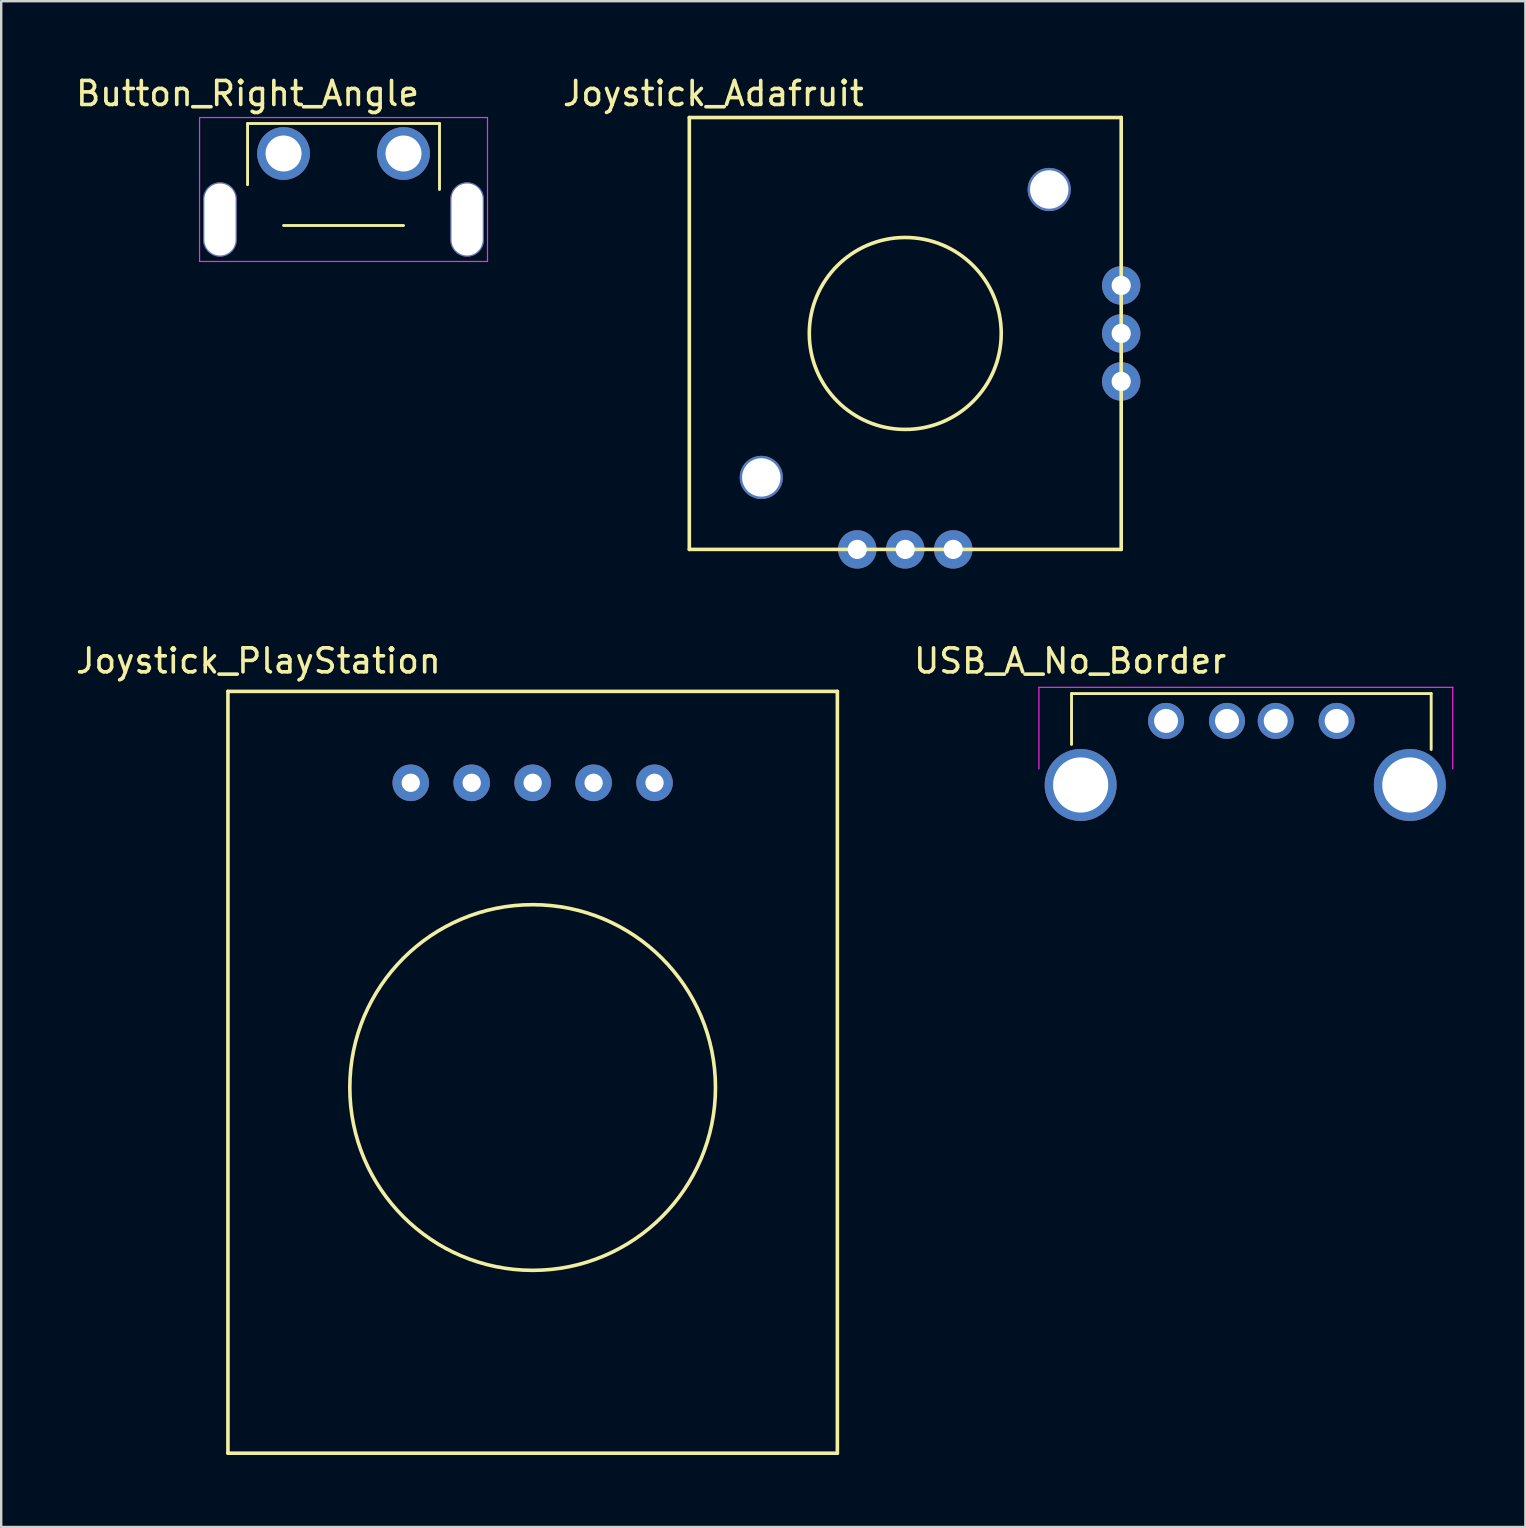
<source format=kicad_pcb>
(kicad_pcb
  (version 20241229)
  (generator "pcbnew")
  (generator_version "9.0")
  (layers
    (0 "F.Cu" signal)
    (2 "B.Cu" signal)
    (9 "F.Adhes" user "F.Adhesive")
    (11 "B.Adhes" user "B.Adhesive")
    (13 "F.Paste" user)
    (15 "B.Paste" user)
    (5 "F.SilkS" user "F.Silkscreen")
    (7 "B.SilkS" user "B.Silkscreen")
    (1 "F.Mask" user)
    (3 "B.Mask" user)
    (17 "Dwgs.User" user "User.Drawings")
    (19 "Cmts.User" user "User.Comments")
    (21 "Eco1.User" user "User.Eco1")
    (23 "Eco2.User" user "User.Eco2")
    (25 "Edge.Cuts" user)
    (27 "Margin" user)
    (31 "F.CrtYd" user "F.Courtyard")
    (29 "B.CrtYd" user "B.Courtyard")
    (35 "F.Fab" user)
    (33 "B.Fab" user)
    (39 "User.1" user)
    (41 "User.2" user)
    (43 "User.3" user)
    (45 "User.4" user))
  (footprint "Button_Right_Angle"
    (layer "F.Cu")
    (at 8.768 3.348)
    (property "Reference" "Button_Right_Angle" (at -1.5 -2.5 0) (layer "F.SilkS") (effects (font (size 1 1) (thickness 0.15))))
    (attr through_hole)
    (fp_line (start -1.5 -1.25) (end -1.5 1.3) (stroke (width 0.12) (type solid)) (layer "F.SilkS"))
    (fp_line (start -1.5 -1.25) (end 6.5 -1.25) (stroke (width 0.12) (type solid)) (layer "F.SilkS"))
    (fp_line (start 0 3) (end 5 3) (stroke (width 0.12) (type solid)) (layer "F.SilkS"))
    (fp_line (start 6.5 -1.25) (end 6.5 1.5) (stroke (width 0.12) (type solid)) (layer "F.SilkS"))
    (fp_line (start -3.5 -1.5) (end 8.5 -1.5) (stroke (width 0.05) (type solid)) (layer "F.CrtYd"))
    (fp_line (start -3.5 4.5) (end -3.5 -1.5) (stroke (width 0.05) (type solid)) (layer "F.CrtYd"))
    (fp_line (start 8.5 -1.5) (end 8.5 4.5) (stroke (width 0.05) (type solid)) (layer "F.CrtYd"))
    (fp_line (start 8.5 4.5) (end -3.5 4.5) (stroke (width 0.05) (type solid)) (layer "F.CrtYd"))
    (pad "" thru_hole oval (at -2.65 2.75) (size 1.4 3.1) (drill oval 1.3 3) (layers "*.Cu" "*.Mask"))
    (pad "" thru_hole oval (at 7.65 2.75) (size 1.4 3.1) (drill oval 1.3 3) (layers "*.Cu" "*.Mask"))
    (pad "1" thru_hole circle (at 0 0) (size 2.2 2.2) (drill 1.5) (layers "*.Cu" "*.Mask"))
    (pad "2" thru_hole circle (at 5 0) (size 2.2 2.2) (drill 1.5) (layers "*.Cu" "*.Mask")))
  (footprint "Joystick_Adafruit"
    (layer "F.Cu")
    (at 34.68 10.848)
    (property "Reference" "Joystick_Adafruit" (at -8 -10 0) (layer "F.SilkS") (effects (font (size 1 1) (thickness 0.15))))
    (attr through_hole)
    (fp_line (start -9 -9) (end -9 9) (stroke (width 0.15) (type solid)) (layer "F.SilkS"))
    (fp_line (start -9 -9) (end 9 -9) (stroke (width 0.15) (type solid)) (layer "F.SilkS"))
    (fp_line (start -9 9) (end 9 9) (stroke (width 0.15) (type solid)) (layer "F.SilkS"))
    (fp_line (start 9 -9) (end 9 9) (stroke (width 0.15) (type solid)) (layer "F.SilkS"))
    (fp_circle (center 0 0) (end 4 0) (stroke (width 0.15) (type solid)) (fill no) (layer "F.SilkS"))
    (pad "0" thru_hole circle (at -6 6) (size 1.8 1.8) (drill 1.6) (layers "*.Cu" "*.Mask"))
    (pad "0" thru_hole circle (at 6 -6) (size 1.8 1.8) (drill 1.6) (layers "*.Cu" "*.Mask"))
    (pad "1" thru_hole circle (at -2 9) (size 1.6 1.6) (drill 0.8) (layers "*.Cu" "*.Mask"))
    (pad "2" thru_hole circle (at 0 9) (size 1.6 1.6) (drill 0.8) (layers "*.Cu" "*.Mask"))
    (pad "3" thru_hole circle (at 2 9) (size 1.6 1.6) (drill 0.8) (layers "*.Cu" "*.Mask"))
    (pad "4" thru_hole circle (at 9 2) (size 1.6 1.6) (drill 0.8) (layers "*.Cu" "*.Mask"))
    (pad "5" thru_hole circle (at 9 0) (size 1.6 1.6) (drill 0.8) (layers "*.Cu" "*.Mask"))
    (pad "6" thru_hole circle (at 9 -2) (size 1.6 1.6) (drill 0.8) (layers "*.Cu" "*.Mask")))
  (footprint "USB_A_No_Border"
    (layer "F.Cu")
    (at 45.55 26.997)
    (property "Reference" "USB_A_No_Border" (at -4 -2.5 0) (layer "F.SilkS") (effects (font (size 1 1) (thickness 0.15))))
    (attr through_hole)
    (fp_line (start -3.94 -1.14) (end -3.94 0.98) (stroke (width 0.12) (type solid)) (layer "F.SilkS"))
    (fp_line (start 11.05 -1.14) (end -3.94 -1.14) (stroke (width 0.12) (type solid)) (layer "F.SilkS"))
    (fp_line (start 11.05 -1.14) (end 11.05 1.19) (stroke (width 0.12) (type solid)) (layer "F.SilkS"))
    (fp_line (start -5.3 -1.4) (end 11.95 -1.4) (stroke (width 0.05) (type solid)) (layer "F.CrtYd"))
    (fp_line (start -5.3 2) (end -5.3 -1.4) (stroke (width 0.05) (type solid)) (layer "F.CrtYd"))
    (fp_line (start 11.95 -1.4) (end 11.95 2) (stroke (width 0.05) (type solid)) (layer "F.CrtYd"))
    (pad "1" thru_hole circle (at 0 0 270) (size 1.5 1.5) (drill 1) (layers "*.Cu" "*.Mask"))
    (pad "2" thru_hole circle (at 2.54 0 270) (size 1.5 1.5) (drill 1) (layers "*.Cu" "*.Mask"))
    (pad "3" thru_hole circle (at 4.57 0 270) (size 1.5 1.5) (drill 1) (layers "*.Cu" "*.Mask"))
    (pad "4" thru_hole circle (at 7.11 0 270) (size 1.5 1.5) (drill 1) (layers "*.Cu" "*.Mask"))
    (pad "5" thru_hole circle (at -3.56 2.67 270) (size 3 3) (drill 2.3) (layers "*.Cu" "*.Mask"))
    (pad "5" thru_hole circle (at 10.16 2.67 270) (size 3 3) (drill 2.3) (layers "*.Cu" "*.Mask")))
  (footprint "Joystick_PlayStation"
    (layer "F.Cu")
    (at 19.15 29.576)
    (property "Reference" "Joystick_PlayStation" (at -11.43 -5.08 0) (layer "F.SilkS") (effects (font (size 1 1) (thickness 0.15))))
    (attr through_hole)
    (fp_line (start -12.7 -3.81) (end 12.7 -3.81) (stroke (width 0.15) (type solid)) (layer "F.SilkS"))
    (fp_line (start -12.7 27.94) (end -12.7 -3.81) (stroke (width 0.15) (type solid)) (layer "F.SilkS"))
    (fp_line (start 12.7 -3.81) (end 12.7 27.94) (stroke (width 0.15) (type solid)) (layer "F.SilkS"))
    (fp_line (start 12.7 27.94) (end -12.7 27.94) (stroke (width 0.15) (type solid)) (layer "F.SilkS"))
    (fp_circle (center 0 12.7) (end 7.62 12.7) (stroke (width 0.15) (type solid)) (fill no) (layer "F.SilkS"))
    (pad "1" thru_hole circle (at 5.08 0) (size 1.524 1.524) (drill 0.762) (layers "*.Cu" "*.Mask"))
    (pad "2" thru_hole circle (at 2.54 0) (size 1.524 1.524) (drill 0.762) (layers "*.Cu" "*.Mask"))
    (pad "3" thru_hole circle (at 0 0) (size 1.524 1.524) (drill 0.762) (layers "*.Cu" "*.Mask"))
    (pad "4" thru_hole circle (at -2.54 0) (size 1.524 1.524) (drill 0.762) (layers "*.Cu" "*.Mask"))
    (pad "5" thru_hole circle (at -5.08 0) (size 1.524 1.524) (drill 0.762) (layers "*.Cu" "*.Mask")))
  (gr_rect
    (start -3 -3)
    (end 60.525 60.592)
    (stroke (width 0.1) (type default))
    (fill no)
    (layer "Edge.Cuts")))
</source>
